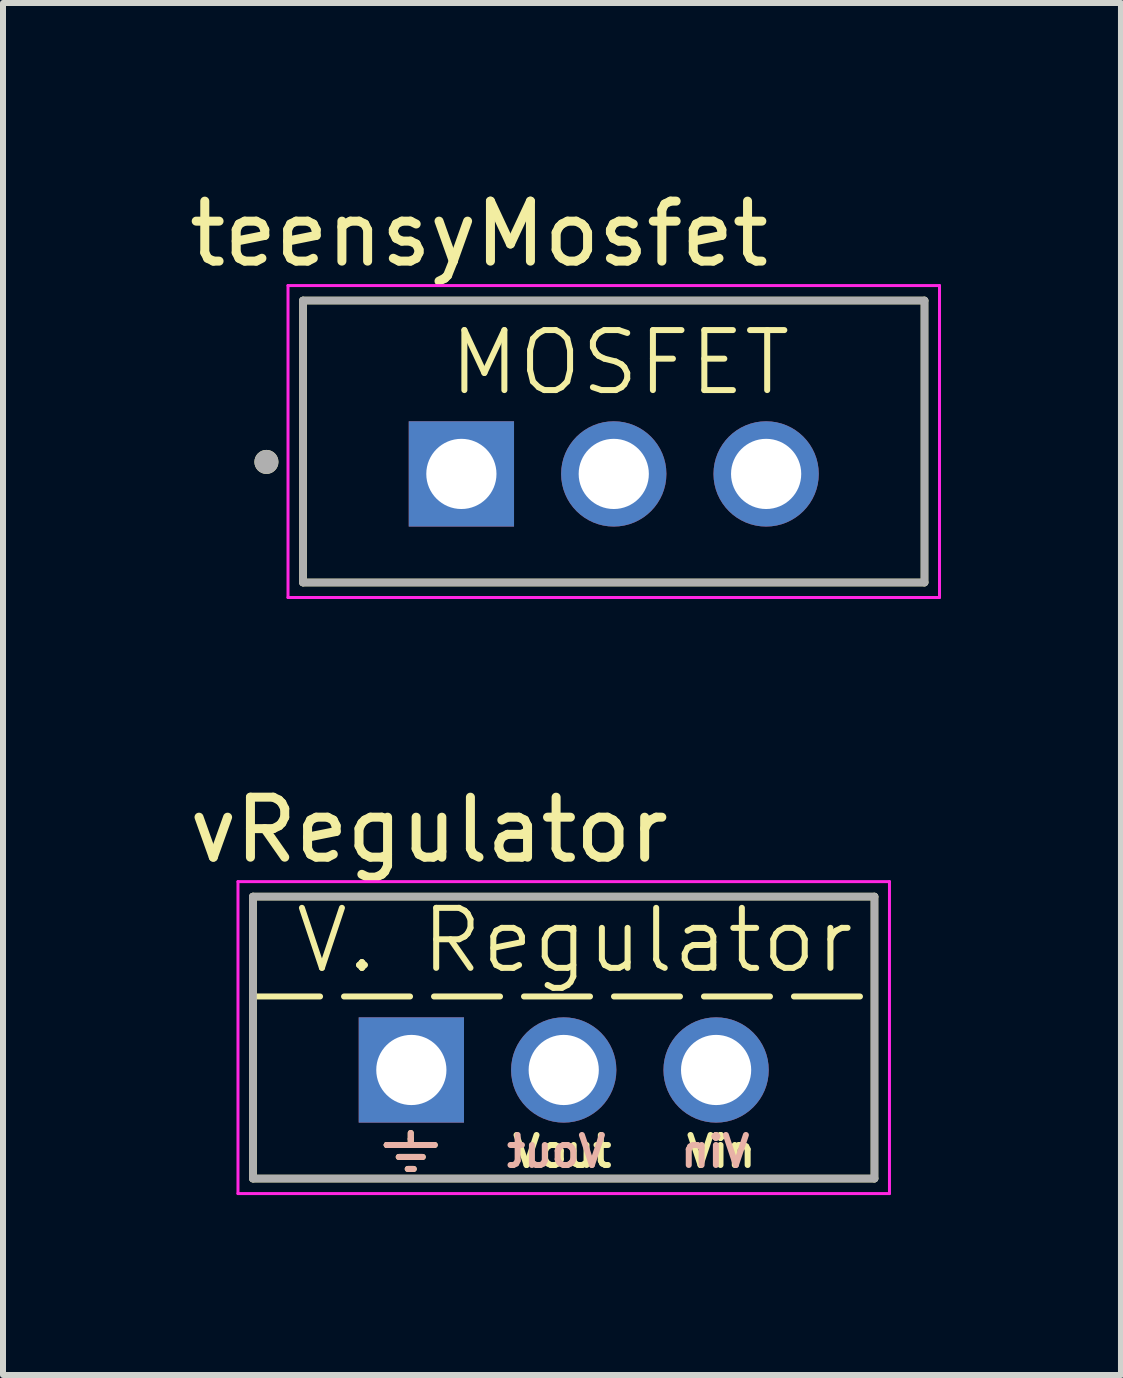
<source format=kicad_pcb>
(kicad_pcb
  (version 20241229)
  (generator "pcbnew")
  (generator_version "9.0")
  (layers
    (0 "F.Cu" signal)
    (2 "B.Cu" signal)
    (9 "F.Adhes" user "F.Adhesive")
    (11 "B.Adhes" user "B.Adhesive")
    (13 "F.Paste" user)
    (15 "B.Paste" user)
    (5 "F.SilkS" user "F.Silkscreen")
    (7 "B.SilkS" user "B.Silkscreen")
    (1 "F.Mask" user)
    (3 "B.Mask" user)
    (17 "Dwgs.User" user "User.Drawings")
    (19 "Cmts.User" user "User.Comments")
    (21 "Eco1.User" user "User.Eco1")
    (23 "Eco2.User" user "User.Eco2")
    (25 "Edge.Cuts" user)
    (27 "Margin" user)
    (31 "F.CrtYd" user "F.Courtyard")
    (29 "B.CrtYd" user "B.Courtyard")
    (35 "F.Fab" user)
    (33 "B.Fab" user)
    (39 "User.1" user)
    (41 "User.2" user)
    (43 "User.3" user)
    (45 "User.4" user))
  (footprint "teensyMosfet"
    (layer "F.Cu")
    (at 7.181 4.85)
    (property "Reference" "teensyMosfet" (at -2.246 -4.002 0) (layer "F.SilkS") (effects (font (size 1 1) (thickness 0.15))))
    (attr through_hole)
    (fp_line (start -5.18 -2.89) (end -5.18 1.81) (stroke (width 0.127) (type solid)) (layer "F.SilkS"))
    (fp_line (start -5.18 1.81) (end 5.18 1.81) (stroke (width 0.127) (type solid)) (layer "F.SilkS"))
    (fp_line (start 5.18 -2.89) (end -5.18 -2.89) (stroke (width 0.127) (type solid)) (layer "F.SilkS"))
    (fp_line (start 5.18 1.81) (end 5.18 -2.89) (stroke (width 0.127) (type solid)) (layer "F.SilkS"))
    (fp_circle (center -5.79 -0.2) (end -5.69 -0.2) (stroke (width 0.2) (type solid)) (fill no) (layer "F.SilkS"))
    (fp_line (start -5.43 -3.14) (end -5.43 2.06) (stroke (width 0.05) (type solid)) (layer "F.CrtYd"))
    (fp_line (start -5.43 2.06) (end 5.43 2.06) (stroke (width 0.05) (type solid)) (layer "F.CrtYd"))
    (fp_line (start 5.43 -3.14) (end -5.43 -3.14) (stroke (width 0.05) (type solid)) (layer "F.CrtYd"))
    (fp_line (start 5.43 2.06) (end 5.43 -3.14) (stroke (width 0.05) (type solid)) (layer "F.CrtYd"))
    (fp_line (start -5.18 -2.89) (end -5.18 1.81) (stroke (width 0.127) (type solid)) (layer "F.Fab"))
    (fp_line (start -5.18 1.81) (end 5.18 1.81) (stroke (width 0.127) (type solid)) (layer "F.Fab"))
    (fp_line (start 5.18 -2.89) (end -5.18 -2.89) (stroke (width 0.127) (type solid)) (layer "F.Fab"))
    (fp_line (start 5.18 1.81) (end 5.18 -2.89) (stroke (width 0.127) (type solid)) (layer "F.Fab"))
    (fp_circle (center -5.79 -0.2) (end -5.69 -0.2) (stroke (width 0.2) (type solid)) (fill no) (layer "F.Fab"))
    (fp_text user "MOSFET" (at -2.794 -1.27 0) (unlocked yes) (layer "F.SilkS") (effects (font (size 1 1) (thickness 0.1)) (justify left bottom)))
    (pad "1" thru_hole rect (at -2.54 0) (size 1.755 1.755) (drill 1.17) (layers "*.Cu" "*.Mask"))
    (pad "2" thru_hole circle (at 0 0) (size 1.755 1.755) (drill 1.17) (layers "*.Cu" "*.Mask"))
    (pad "3" thru_hole circle (at 2.54 0) (size 1.755 1.755) (drill 1.17) (layers "*.Cu" "*.Mask")))
  (footprint "vRegulator"
    (layer "F.Cu")
    (at 6.347 14.786)
    (property "Reference" "vRegulator" (at -2.246 -4.002 0) (layer "F.SilkS") (effects (font (size 1 1) (thickness 0.15))))
    (attr through_hole)
    (fp_line (start -5.18 -2.89) (end -5.18 1.81) (stroke (width 0.127) (type solid)) (layer "F.SilkS"))
    (fp_line (start -5.18 1.81) (end 5.18 1.81) (stroke (width 0.127) (type solid)) (layer "F.SilkS"))
    (fp_line (start -5.162 -1.225) (end 5.162 -1.225) (stroke (width 0.1) (type dash)) (layer "F.SilkS"))
    (fp_line (start -2.95 1.25) (end -2.15 1.25) (stroke (width 0.1) (type default)) (layer "F.SilkS"))
    (fp_line (start -2.75 1.45) (end -2.35 1.45) (stroke (width 0.1) (type default)) (layer "F.SilkS"))
    (fp_line (start -2.6 1.65) (end -2.5 1.65) (stroke (width 0.1) (type default)) (layer "F.SilkS"))
    (fp_line (start -2.55 1.15) (end -2.55 1.05) (stroke (width 0.1) (type default)) (layer "F.SilkS"))
    (fp_line (start -2.55 1.15) (end -2.55 1.25) (stroke (width 0.1) (type default)) (layer "F.SilkS"))
    (fp_line (start -2.55 1.25) (end -2.95 1.25) (stroke (width 0.1) (type default)) (layer "F.SilkS"))
    (fp_line (start 5.18 -2.89) (end -5.18 -2.89) (stroke (width 0.127) (type solid)) (layer "F.SilkS"))
    (fp_line (start 5.18 1.81) (end 5.18 -2.89) (stroke (width 0.127) (type solid)) (layer "F.SilkS"))
    (fp_line (start -2.95 1.25) (end -2.15 1.25) (stroke (width 0.1) (type default)) (layer "B.SilkS"))
    (fp_line (start -2.75 1.45) (end -2.35 1.45) (stroke (width 0.1) (type default)) (layer "B.SilkS"))
    (fp_line (start -2.6 1.65) (end -2.5 1.65) (stroke (width 0.1) (type default)) (layer "B.SilkS"))
    (fp_line (start -2.55 1.15) (end -2.55 1.05) (stroke (width 0.1) (type default)) (layer "B.SilkS"))
    (fp_line (start -2.55 1.15) (end -2.55 1.25) (stroke (width 0.1) (type default)) (layer "B.SilkS"))
    (fp_line (start -2.55 1.25) (end -2.95 1.25) (stroke (width 0.1) (type default)) (layer "B.SilkS"))
    (fp_line (start -5.43 -3.14) (end -5.43 2.06) (stroke (width 0.05) (type solid)) (layer "F.CrtYd"))
    (fp_line (start -5.43 2.06) (end 5.43 2.06) (stroke (width 0.05) (type solid)) (layer "F.CrtYd"))
    (fp_line (start 5.43 -3.14) (end -5.43 -3.14) (stroke (width 0.05) (type solid)) (layer "F.CrtYd"))
    (fp_line (start 5.43 2.06) (end 5.43 -3.14) (stroke (width 0.05) (type solid)) (layer "F.CrtYd"))
    (fp_line (start -5.18 -2.89) (end -5.18 1.81) (stroke (width 0.127) (type solid)) (layer "F.Fab"))
    (fp_line (start -5.18 1.81) (end 5.18 1.81) (stroke (width 0.127) (type solid)) (layer "F.Fab"))
    (fp_line (start 5.18 -2.89) (end -5.18 -2.89) (stroke (width 0.127) (type solid)) (layer "F.Fab"))
    (fp_line (start 5.18 1.81) (end 5.18 -2.89) (stroke (width 0.127) (type solid)) (layer "F.Fab"))
    (fp_text user "V. Regulator" (at -4.525 -1.575 0) (unlocked yes) (layer "F.SilkS") (effects (font (size 1 1) (thickness 0.1)) (justify left bottom)))
    (fp_text user "Vin" (at 2 1.65 0) (unlocked yes) (layer "F.SilkS") (effects (font (size 0.5 0.5) (thickness 0.1) (bold yes)) (justify left bottom)))
    (fp_text user "Vout" (at -0.9 1.65 0) (unlocked yes) (layer "F.SilkS") (effects (font (size 0.5 0.5) (thickness 0.1) (bold yes)) (justify left bottom)))
    (fp_text user "Vout" (at 0.75 1.65 0) (unlocked yes) (layer "B.SilkS") (effects (font (size 0.5 0.5) (thickness 0.1) (bold yes)) (justify left bottom mirror)))
    (fp_text user "Vin" (at 3.15 1.65 0) (unlocked yes) (layer "B.SilkS") (effects (font (size 0.5 0.5) (thickness 0.1) (bold yes)) (justify left bottom mirror)))
    (pad "1" thru_hole rect (at -2.54 0) (size 1.755 1.755) (drill 1.17) (layers "*.Cu" "*.Mask"))
    (pad "2" thru_hole circle (at 0 0) (size 1.755 1.755) (drill 1.17) (layers "*.Cu" "*.Mask"))
    (pad "3" thru_hole circle (at 2.54 0) (size 1.755 1.755) (drill 1.17) (layers "*.Cu" "*.Mask")))
  (gr_rect
    (start -3 -3)
    (end 15.636 19.87)
    (stroke (width 0.1) (type default))
    (fill no)
    (layer "Edge.Cuts")))
</source>
